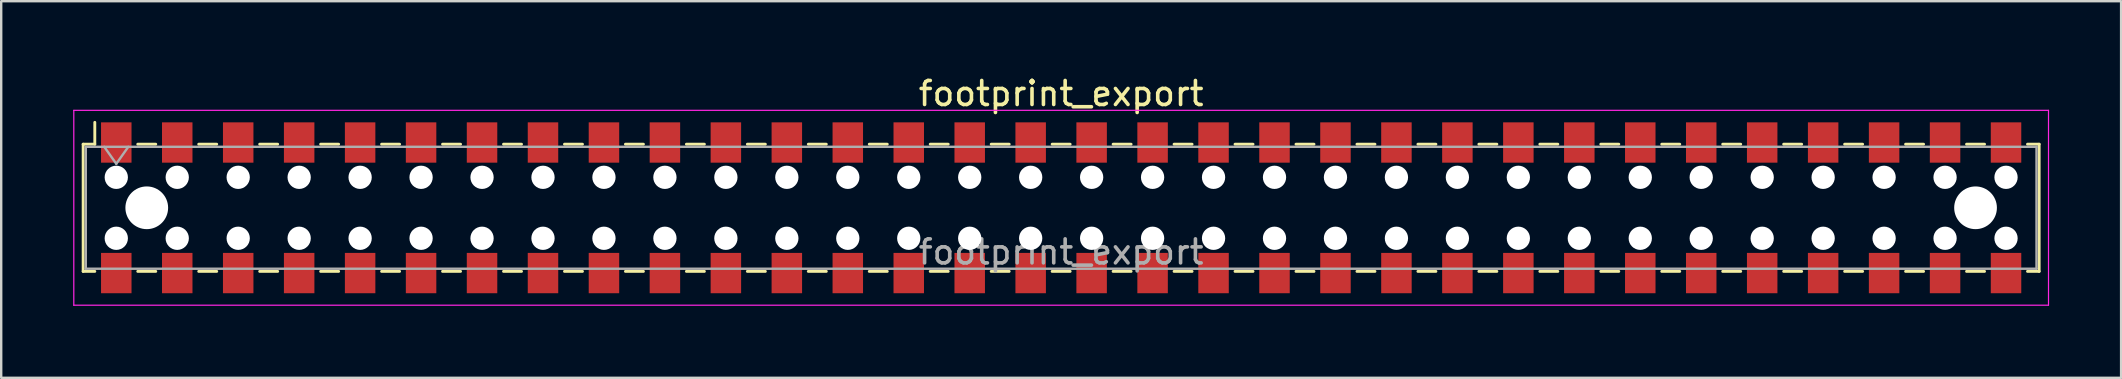
<source format=kicad_pcb>
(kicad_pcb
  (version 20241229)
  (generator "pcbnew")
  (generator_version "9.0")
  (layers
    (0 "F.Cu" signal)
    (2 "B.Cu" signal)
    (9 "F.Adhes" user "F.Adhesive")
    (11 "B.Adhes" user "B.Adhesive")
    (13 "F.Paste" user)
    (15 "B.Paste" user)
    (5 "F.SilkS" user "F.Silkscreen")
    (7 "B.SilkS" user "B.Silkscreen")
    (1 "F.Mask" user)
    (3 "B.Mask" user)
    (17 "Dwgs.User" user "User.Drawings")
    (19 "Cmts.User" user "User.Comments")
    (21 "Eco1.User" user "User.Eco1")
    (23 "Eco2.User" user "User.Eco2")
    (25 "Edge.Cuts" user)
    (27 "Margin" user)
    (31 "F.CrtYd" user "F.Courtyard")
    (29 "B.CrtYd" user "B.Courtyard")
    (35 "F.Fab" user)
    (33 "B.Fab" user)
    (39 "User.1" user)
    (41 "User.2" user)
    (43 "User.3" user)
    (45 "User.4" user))
  (footprint "footprint_export"
    (layer "F.Cu")
    (at 41.165 5.608)
    (property "Reference" "footprint_export" (at 0 -4.76 0) (layer "F.SilkS") (effects (font (size 1 1) (thickness 0.15))))
    (attr smd)
    (fp_line (start -40.75 -2.65) (end -40.75 2.65) (stroke (width 0.12) (type solid)) (layer "F.SilkS"))
    (fp_line (start -40.75 2.65) (end -40.265 2.65) (stroke (width 0.12) (type solid)) (layer "F.SilkS"))
    (fp_line (start -40.265 -3.56) (end -40.265 -2.65) (stroke (width 0.12) (type solid)) (layer "F.SilkS"))
    (fp_line (start -40.265 -2.65) (end -40.75 -2.65) (stroke (width 0.12) (type solid)) (layer "F.SilkS"))
    (fp_line (start -38.475 -2.65) (end -37.725 -2.65) (stroke (width 0.12) (type solid)) (layer "F.SilkS"))
    (fp_line (start -38.475 2.65) (end -37.725 2.65) (stroke (width 0.12) (type solid)) (layer "F.SilkS"))
    (fp_line (start -35.935 -2.65) (end -35.185 -2.65) (stroke (width 0.12) (type solid)) (layer "F.SilkS"))
    (fp_line (start -35.935 2.65) (end -35.185 2.65) (stroke (width 0.12) (type solid)) (layer "F.SilkS"))
    (fp_line (start -33.395 -2.65) (end -32.645 -2.65) (stroke (width 0.12) (type solid)) (layer "F.SilkS"))
    (fp_line (start -33.395 2.65) (end -32.645 2.65) (stroke (width 0.12) (type solid)) (layer "F.SilkS"))
    (fp_line (start -30.855 -2.65) (end -30.105 -2.65) (stroke (width 0.12) (type solid)) (layer "F.SilkS"))
    (fp_line (start -30.855 2.65) (end -30.105 2.65) (stroke (width 0.12) (type solid)) (layer "F.SilkS"))
    (fp_line (start -28.315 -2.65) (end -27.565 -2.65) (stroke (width 0.12) (type solid)) (layer "F.SilkS"))
    (fp_line (start -28.315 2.65) (end -27.565 2.65) (stroke (width 0.12) (type solid)) (layer "F.SilkS"))
    (fp_line (start -25.775 -2.65) (end -25.025 -2.65) (stroke (width 0.12) (type solid)) (layer "F.SilkS"))
    (fp_line (start -25.775 2.65) (end -25.025 2.65) (stroke (width 0.12) (type solid)) (layer "F.SilkS"))
    (fp_line (start -23.235 -2.65) (end -22.485 -2.65) (stroke (width 0.12) (type solid)) (layer "F.SilkS"))
    (fp_line (start -23.235 2.65) (end -22.485 2.65) (stroke (width 0.12) (type solid)) (layer "F.SilkS"))
    (fp_line (start -20.695 -2.65) (end -19.945 -2.65) (stroke (width 0.12) (type solid)) (layer "F.SilkS"))
    (fp_line (start -20.695 2.65) (end -19.945 2.65) (stroke (width 0.12) (type solid)) (layer "F.SilkS"))
    (fp_line (start -18.155 -2.65) (end -17.405 -2.65) (stroke (width 0.12) (type solid)) (layer "F.SilkS"))
    (fp_line (start -18.155 2.65) (end -17.405 2.65) (stroke (width 0.12) (type solid)) (layer "F.SilkS"))
    (fp_line (start -15.615 -2.65) (end -14.865 -2.65) (stroke (width 0.12) (type solid)) (layer "F.SilkS"))
    (fp_line (start -15.615 2.65) (end -14.865 2.65) (stroke (width 0.12) (type solid)) (layer "F.SilkS"))
    (fp_line (start -13.075 -2.65) (end -12.325 -2.65) (stroke (width 0.12) (type solid)) (layer "F.SilkS"))
    (fp_line (start -13.075 2.65) (end -12.325 2.65) (stroke (width 0.12) (type solid)) (layer "F.SilkS"))
    (fp_line (start -10.535 -2.65) (end -9.785 -2.65) (stroke (width 0.12) (type solid)) (layer "F.SilkS"))
    (fp_line (start -10.535 2.65) (end -9.785 2.65) (stroke (width 0.12) (type solid)) (layer "F.SilkS"))
    (fp_line (start -7.995 -2.65) (end -7.245 -2.65) (stroke (width 0.12) (type solid)) (layer "F.SilkS"))
    (fp_line (start -7.995 2.65) (end -7.245 2.65) (stroke (width 0.12) (type solid)) (layer "F.SilkS"))
    (fp_line (start -5.455 -2.65) (end -4.705 -2.65) (stroke (width 0.12) (type solid)) (layer "F.SilkS"))
    (fp_line (start -5.455 2.65) (end -4.705 2.65) (stroke (width 0.12) (type solid)) (layer "F.SilkS"))
    (fp_line (start -2.915 -2.65) (end -2.165 -2.65) (stroke (width 0.12) (type solid)) (layer "F.SilkS"))
    (fp_line (start -2.915 2.65) (end -2.165 2.65) (stroke (width 0.12) (type solid)) (layer "F.SilkS"))
    (fp_line (start -0.375 -2.65) (end 0.375 -2.65) (stroke (width 0.12) (type solid)) (layer "F.SilkS"))
    (fp_line (start -0.375 2.65) (end 0.375 2.65) (stroke (width 0.12) (type solid)) (layer "F.SilkS"))
    (fp_line (start 2.165 -2.65) (end 2.915 -2.65) (stroke (width 0.12) (type solid)) (layer "F.SilkS"))
    (fp_line (start 2.165 2.65) (end 2.915 2.65) (stroke (width 0.12) (type solid)) (layer "F.SilkS"))
    (fp_line (start 4.705 -2.65) (end 5.455 -2.65) (stroke (width 0.12) (type solid)) (layer "F.SilkS"))
    (fp_line (start 4.705 2.65) (end 5.455 2.65) (stroke (width 0.12) (type solid)) (layer "F.SilkS"))
    (fp_line (start 7.245 -2.65) (end 7.995 -2.65) (stroke (width 0.12) (type solid)) (layer "F.SilkS"))
    (fp_line (start 7.245 2.65) (end 7.995 2.65) (stroke (width 0.12) (type solid)) (layer "F.SilkS"))
    (fp_line (start 9.785 -2.65) (end 10.535 -2.65) (stroke (width 0.12) (type solid)) (layer "F.SilkS"))
    (fp_line (start 9.785 2.65) (end 10.535 2.65) (stroke (width 0.12) (type solid)) (layer "F.SilkS"))
    (fp_line (start 12.325 -2.65) (end 13.075 -2.65) (stroke (width 0.12) (type solid)) (layer "F.SilkS"))
    (fp_line (start 12.325 2.65) (end 13.075 2.65) (stroke (width 0.12) (type solid)) (layer "F.SilkS"))
    (fp_line (start 14.865 -2.65) (end 15.615 -2.65) (stroke (width 0.12) (type solid)) (layer "F.SilkS"))
    (fp_line (start 14.865 2.65) (end 15.615 2.65) (stroke (width 0.12) (type solid)) (layer "F.SilkS"))
    (fp_line (start 17.405 -2.65) (end 18.155 -2.65) (stroke (width 0.12) (type solid)) (layer "F.SilkS"))
    (fp_line (start 17.405 2.65) (end 18.155 2.65) (stroke (width 0.12) (type solid)) (layer "F.SilkS"))
    (fp_line (start 19.945 -2.65) (end 20.695 -2.65) (stroke (width 0.12) (type solid)) (layer "F.SilkS"))
    (fp_line (start 19.945 2.65) (end 20.695 2.65) (stroke (width 0.12) (type solid)) (layer "F.SilkS"))
    (fp_line (start 22.485 -2.65) (end 23.235 -2.65) (stroke (width 0.12) (type solid)) (layer "F.SilkS"))
    (fp_line (start 22.485 2.65) (end 23.235 2.65) (stroke (width 0.12) (type solid)) (layer "F.SilkS"))
    (fp_line (start 25.025 -2.65) (end 25.775 -2.65) (stroke (width 0.12) (type solid)) (layer "F.SilkS"))
    (fp_line (start 25.025 2.65) (end 25.775 2.65) (stroke (width 0.12) (type solid)) (layer "F.SilkS"))
    (fp_line (start 27.565 -2.65) (end 28.315 -2.65) (stroke (width 0.12) (type solid)) (layer "F.SilkS"))
    (fp_line (start 27.565 2.65) (end 28.315 2.65) (stroke (width 0.12) (type solid)) (layer "F.SilkS"))
    (fp_line (start 30.105 -2.65) (end 30.855 -2.65) (stroke (width 0.12) (type solid)) (layer "F.SilkS"))
    (fp_line (start 30.105 2.65) (end 30.855 2.65) (stroke (width 0.12) (type solid)) (layer "F.SilkS"))
    (fp_line (start 32.645 -2.65) (end 33.395 -2.65) (stroke (width 0.12) (type solid)) (layer "F.SilkS"))
    (fp_line (start 32.645 2.65) (end 33.395 2.65) (stroke (width 0.12) (type solid)) (layer "F.SilkS"))
    (fp_line (start 35.185 -2.65) (end 35.935 -2.65) (stroke (width 0.12) (type solid)) (layer "F.SilkS"))
    (fp_line (start 35.185 2.65) (end 35.935 2.65) (stroke (width 0.12) (type solid)) (layer "F.SilkS"))
    (fp_line (start 37.725 -2.65) (end 38.475 -2.65) (stroke (width 0.12) (type solid)) (layer "F.SilkS"))
    (fp_line (start 37.725 2.65) (end 38.475 2.65) (stroke (width 0.12) (type solid)) (layer "F.SilkS"))
    (fp_line (start 40.265 -2.65) (end 40.75 -2.65) (stroke (width 0.12) (type solid)) (layer "F.SilkS"))
    (fp_line (start 40.75 -2.65) (end 40.75 2.65) (stroke (width 0.12) (type solid)) (layer "F.SilkS"))
    (fp_line (start 40.75 2.65) (end 40.265 2.65) (stroke (width 0.12) (type solid)) (layer "F.SilkS"))
    (fp_line (start -41.14 -4.06) (end 41.14 -4.06) (stroke (width 0.05) (type solid)) (layer "F.CrtYd"))
    (fp_line (start -41.14 4.06) (end -41.14 -4.06) (stroke (width 0.05) (type solid)) (layer "F.CrtYd"))
    (fp_line (start 41.14 -4.06) (end 41.14 4.06) (stroke (width 0.05) (type solid)) (layer "F.CrtYd"))
    (fp_line (start 41.14 4.06) (end -41.14 4.06) (stroke (width 0.05) (type solid)) (layer "F.CrtYd"))
    (fp_line (start -40.64 -2.54) (end 40.64 -2.54) (stroke (width 0.1) (type solid)) (layer "F.Fab"))
    (fp_line (start -40.64 2.54) (end -40.64 -2.54) (stroke (width 0.1) (type solid)) (layer "F.Fab"))
    (fp_line (start -39.87 -2.54) (end -39.37 -1.833) (stroke (width 0.1) (type solid)) (layer "F.Fab"))
    (fp_line (start -39.37 -1.833) (end -38.87 -2.54) (stroke (width 0.1) (type solid)) (layer "F.Fab"))
    (fp_line (start 40.64 -2.54) (end 40.64 2.54) (stroke (width 0.1) (type solid)) (layer "F.Fab"))
    (fp_line (start 40.64 2.54) (end -40.64 2.54) (stroke (width 0.1) (type solid)) (layer "F.Fab"))
    (fp_text user "${REFERENCE}" (at 0 1.84 0) (layer "F.Fab") (effects (font (size 1 1) (thickness 0.15))))
    (pad "" np_thru_hole circle (at -39.37 -1.27) (size 0.97 0.97) (drill 0.97) (layers "*.Cu" "*.Mask"))
    (pad "" np_thru_hole circle (at -39.37 1.27) (size 0.97 0.97) (drill 0.97) (layers "*.Cu" "*.Mask"))
    (pad "" np_thru_hole circle (at -38.1 0) (size 1.78 1.78) (drill 1.78) (layers "*.Cu" "*.Mask"))
    (pad "" np_thru_hole circle (at -36.83 -1.27) (size 0.97 0.97) (drill 0.97) (layers "*.Cu" "*.Mask"))
    (pad "" np_thru_hole circle (at -36.83 1.27) (size 0.97 0.97) (drill 0.97) (layers "*.Cu" "*.Mask"))
    (pad "" np_thru_hole circle (at -34.29 -1.27) (size 0.97 0.97) (drill 0.97) (layers "*.Cu" "*.Mask"))
    (pad "" np_thru_hole circle (at -34.29 1.27) (size 0.97 0.97) (drill 0.97) (layers "*.Cu" "*.Mask"))
    (pad "" np_thru_hole circle (at -31.75 -1.27) (size 0.97 0.97) (drill 0.97) (layers "*.Cu" "*.Mask"))
    (pad "" np_thru_hole circle (at -31.75 1.27) (size 0.97 0.97) (drill 0.97) (layers "*.Cu" "*.Mask"))
    (pad "" np_thru_hole circle (at -29.21 -1.27) (size 0.97 0.97) (drill 0.97) (layers "*.Cu" "*.Mask"))
    (pad "" np_thru_hole circle (at -29.21 1.27) (size 0.97 0.97) (drill 0.97) (layers "*.Cu" "*.Mask"))
    (pad "" np_thru_hole circle (at -26.67 -1.27) (size 0.97 0.97) (drill 0.97) (layers "*.Cu" "*.Mask"))
    (pad "" np_thru_hole circle (at -26.67 1.27) (size 0.97 0.97) (drill 0.97) (layers "*.Cu" "*.Mask"))
    (pad "" np_thru_hole circle (at -24.13 -1.27) (size 0.97 0.97) (drill 0.97) (layers "*.Cu" "*.Mask"))
    (pad "" np_thru_hole circle (at -24.13 1.27) (size 0.97 0.97) (drill 0.97) (layers "*.Cu" "*.Mask"))
    (pad "" np_thru_hole circle (at -21.59 -1.27) (size 0.97 0.97) (drill 0.97) (layers "*.Cu" "*.Mask"))
    (pad "" np_thru_hole circle (at -21.59 1.27) (size 0.97 0.97) (drill 0.97) (layers "*.Cu" "*.Mask"))
    (pad "" np_thru_hole circle (at -19.05 -1.27) (size 0.97 0.97) (drill 0.97) (layers "*.Cu" "*.Mask"))
    (pad "" np_thru_hole circle (at -19.05 1.27) (size 0.97 0.97) (drill 0.97) (layers "*.Cu" "*.Mask"))
    (pad "" np_thru_hole circle (at -16.51 -1.27) (size 0.97 0.97) (drill 0.97) (layers "*.Cu" "*.Mask"))
    (pad "" np_thru_hole circle (at -16.51 1.27) (size 0.97 0.97) (drill 0.97) (layers "*.Cu" "*.Mask"))
    (pad "" np_thru_hole circle (at -13.97 -1.27) (size 0.97 0.97) (drill 0.97) (layers "*.Cu" "*.Mask"))
    (pad "" np_thru_hole circle (at -13.97 1.27) (size 0.97 0.97) (drill 0.97) (layers "*.Cu" "*.Mask"))
    (pad "" np_thru_hole circle (at -11.43 -1.27) (size 0.97 0.97) (drill 0.97) (layers "*.Cu" "*.Mask"))
    (pad "" np_thru_hole circle (at -11.43 1.27) (size 0.97 0.97) (drill 0.97) (layers "*.Cu" "*.Mask"))
    (pad "" np_thru_hole circle (at -8.89 -1.27) (size 0.97 0.97) (drill 0.97) (layers "*.Cu" "*.Mask"))
    (pad "" np_thru_hole circle (at -8.89 1.27) (size 0.97 0.97) (drill 0.97) (layers "*.Cu" "*.Mask"))
    (pad "" np_thru_hole circle (at -6.35 -1.27) (size 0.97 0.97) (drill 0.97) (layers "*.Cu" "*.Mask"))
    (pad "" np_thru_hole circle (at -6.35 1.27) (size 0.97 0.97) (drill 0.97) (layers "*.Cu" "*.Mask"))
    (pad "" np_thru_hole circle (at -3.81 -1.27) (size 0.97 0.97) (drill 0.97) (layers "*.Cu" "*.Mask"))
    (pad "" np_thru_hole circle (at -3.81 1.27) (size 0.97 0.97) (drill 0.97) (layers "*.Cu" "*.Mask"))
    (pad "" np_thru_hole circle (at -1.27 -1.27) (size 0.97 0.97) (drill 0.97) (layers "*.Cu" "*.Mask"))
    (pad "" np_thru_hole circle (at -1.27 1.27) (size 0.97 0.97) (drill 0.97) (layers "*.Cu" "*.Mask"))
    (pad "" np_thru_hole circle (at 1.27 -1.27) (size 0.97 0.97) (drill 0.97) (layers "*.Cu" "*.Mask"))
    (pad "" np_thru_hole circle (at 1.27 1.27) (size 0.97 0.97) (drill 0.97) (layers "*.Cu" "*.Mask"))
    (pad "" np_thru_hole circle (at 3.81 -1.27) (size 0.97 0.97) (drill 0.97) (layers "*.Cu" "*.Mask"))
    (pad "" np_thru_hole circle (at 3.81 1.27) (size 0.97 0.97) (drill 0.97) (layers "*.Cu" "*.Mask"))
    (pad "" np_thru_hole circle (at 6.35 -1.27) (size 0.97 0.97) (drill 0.97) (layers "*.Cu" "*.Mask"))
    (pad "" np_thru_hole circle (at 6.35 1.27) (size 0.97 0.97) (drill 0.97) (layers "*.Cu" "*.Mask"))
    (pad "" np_thru_hole circle (at 8.89 -1.27) (size 0.97 0.97) (drill 0.97) (layers "*.Cu" "*.Mask"))
    (pad "" np_thru_hole circle (at 8.89 1.27) (size 0.97 0.97) (drill 0.97) (layers "*.Cu" "*.Mask"))
    (pad "" np_thru_hole circle (at 11.43 -1.27) (size 0.97 0.97) (drill 0.97) (layers "*.Cu" "*.Mask"))
    (pad "" np_thru_hole circle (at 11.43 1.27) (size 0.97 0.97) (drill 0.97) (layers "*.Cu" "*.Mask"))
    (pad "" np_thru_hole circle (at 13.97 -1.27) (size 0.97 0.97) (drill 0.97) (layers "*.Cu" "*.Mask"))
    (pad "" np_thru_hole circle (at 13.97 1.27) (size 0.97 0.97) (drill 0.97) (layers "*.Cu" "*.Mask"))
    (pad "" np_thru_hole circle (at 16.51 -1.27) (size 0.97 0.97) (drill 0.97) (layers "*.Cu" "*.Mask"))
    (pad "" np_thru_hole circle (at 16.51 1.27) (size 0.97 0.97) (drill 0.97) (layers "*.Cu" "*.Mask"))
    (pad "" np_thru_hole circle (at 19.05 -1.27) (size 0.97 0.97) (drill 0.97) (layers "*.Cu" "*.Mask"))
    (pad "" np_thru_hole circle (at 19.05 1.27) (size 0.97 0.97) (drill 0.97) (layers "*.Cu" "*.Mask"))
    (pad "" np_thru_hole circle (at 21.59 -1.27) (size 0.97 0.97) (drill 0.97) (layers "*.Cu" "*.Mask"))
    (pad "" np_thru_hole circle (at 21.59 1.27) (size 0.97 0.97) (drill 0.97) (layers "*.Cu" "*.Mask"))
    (pad "" np_thru_hole circle (at 24.13 -1.27) (size 0.97 0.97) (drill 0.97) (layers "*.Cu" "*.Mask"))
    (pad "" np_thru_hole circle (at 24.13 1.27) (size 0.97 0.97) (drill 0.97) (layers "*.Cu" "*.Mask"))
    (pad "" np_thru_hole circle (at 26.67 -1.27) (size 0.97 0.97) (drill 0.97) (layers "*.Cu" "*.Mask"))
    (pad "" np_thru_hole circle (at 26.67 1.27) (size 0.97 0.97) (drill 0.97) (layers "*.Cu" "*.Mask"))
    (pad "" np_thru_hole circle (at 29.21 -1.27) (size 0.97 0.97) (drill 0.97) (layers "*.Cu" "*.Mask"))
    (pad "" np_thru_hole circle (at 29.21 1.27) (size 0.97 0.97) (drill 0.97) (layers "*.Cu" "*.Mask"))
    (pad "" np_thru_hole circle (at 31.75 -1.27) (size 0.97 0.97) (drill 0.97) (layers "*.Cu" "*.Mask"))
    (pad "" np_thru_hole circle (at 31.75 1.27) (size 0.97 0.97) (drill 0.97) (layers "*.Cu" "*.Mask"))
    (pad "" np_thru_hole circle (at 34.29 -1.27) (size 0.97 0.97) (drill 0.97) (layers "*.Cu" "*.Mask"))
    (pad "" np_thru_hole circle (at 34.29 1.27) (size 0.97 0.97) (drill 0.97) (layers "*.Cu" "*.Mask"))
    (pad "" np_thru_hole circle (at 36.83 -1.27) (size 0.97 0.97) (drill 0.97) (layers "*.Cu" "*.Mask"))
    (pad "" np_thru_hole circle (at 36.83 1.27) (size 0.97 0.97) (drill 0.97) (layers "*.Cu" "*.Mask"))
    (pad "" np_thru_hole circle (at 38.1 0) (size 1.78 1.78) (drill 1.78) (layers "*.Cu" "*.Mask"))
    (pad "" np_thru_hole circle (at 39.37 -1.27) (size 0.97 0.97) (drill 0.97) (layers "*.Cu" "*.Mask"))
    (pad "" np_thru_hole circle (at 39.37 1.27) (size 0.97 0.97) (drill 0.97) (layers "*.Cu" "*.Mask"))
    (pad "1" smd rect (at -39.37 -2.72) (size 1.27 1.68) (layers "F.Cu" "F.Mask" "F.Paste"))
    (pad "2" smd rect (at -39.37 2.72) (size 1.27 1.68) (layers "F.Cu" "F.Mask" "F.Paste"))
    (pad "3" smd rect (at -36.83 -2.72) (size 1.27 1.68) (layers "F.Cu" "F.Mask" "F.Paste"))
    (pad "4" smd rect (at -36.83 2.72) (size 1.27 1.68) (layers "F.Cu" "F.Mask" "F.Paste"))
    (pad "5" smd rect (at -34.29 -2.72) (size 1.27 1.68) (layers "F.Cu" "F.Mask" "F.Paste"))
    (pad "6" smd rect (at -34.29 2.72) (size 1.27 1.68) (layers "F.Cu" "F.Mask" "F.Paste"))
    (pad "7" smd rect (at -31.75 -2.72) (size 1.27 1.68) (layers "F.Cu" "F.Mask" "F.Paste"))
    (pad "8" smd rect (at -31.75 2.72) (size 1.27 1.68) (layers "F.Cu" "F.Mask" "F.Paste"))
    (pad "9" smd rect (at -29.21 -2.72) (size 1.27 1.68) (layers "F.Cu" "F.Mask" "F.Paste"))
    (pad "10" smd rect (at -29.21 2.72) (size 1.27 1.68) (layers "F.Cu" "F.Mask" "F.Paste"))
    (pad "11" smd rect (at -26.67 -2.72) (size 1.27 1.68) (layers "F.Cu" "F.Mask" "F.Paste"))
    (pad "12" smd rect (at -26.67 2.72) (size 1.27 1.68) (layers "F.Cu" "F.Mask" "F.Paste"))
    (pad "13" smd rect (at -24.13 -2.72) (size 1.27 1.68) (layers "F.Cu" "F.Mask" "F.Paste"))
    (pad "14" smd rect (at -24.13 2.72) (size 1.27 1.68) (layers "F.Cu" "F.Mask" "F.Paste"))
    (pad "15" smd rect (at -21.59 -2.72) (size 1.27 1.68) (layers "F.Cu" "F.Mask" "F.Paste"))
    (pad "16" smd rect (at -21.59 2.72) (size 1.27 1.68) (layers "F.Cu" "F.Mask" "F.Paste"))
    (pad "17" smd rect (at -19.05 -2.72) (size 1.27 1.68) (layers "F.Cu" "F.Mask" "F.Paste"))
    (pad "18" smd rect (at -19.05 2.72) (size 1.27 1.68) (layers "F.Cu" "F.Mask" "F.Paste"))
    (pad "19" smd rect (at -16.51 -2.72) (size 1.27 1.68) (layers "F.Cu" "F.Mask" "F.Paste"))
    (pad "20" smd rect (at -16.51 2.72) (size 1.27 1.68) (layers "F.Cu" "F.Mask" "F.Paste"))
    (pad "21" smd rect (at -13.97 -2.72) (size 1.27 1.68) (layers "F.Cu" "F.Mask" "F.Paste"))
    (pad "22" smd rect (at -13.97 2.72) (size 1.27 1.68) (layers "F.Cu" "F.Mask" "F.Paste"))
    (pad "23" smd rect (at -11.43 -2.72) (size 1.27 1.68) (layers "F.Cu" "F.Mask" "F.Paste"))
    (pad "24" smd rect (at -11.43 2.72) (size 1.27 1.68) (layers "F.Cu" "F.Mask" "F.Paste"))
    (pad "25" smd rect (at -8.89 -2.72) (size 1.27 1.68) (layers "F.Cu" "F.Mask" "F.Paste"))
    (pad "26" smd rect (at -8.89 2.72) (size 1.27 1.68) (layers "F.Cu" "F.Mask" "F.Paste"))
    (pad "27" smd rect (at -6.35 -2.72) (size 1.27 1.68) (layers "F.Cu" "F.Mask" "F.Paste"))
    (pad "28" smd rect (at -6.35 2.72) (size 1.27 1.68) (layers "F.Cu" "F.Mask" "F.Paste"))
    (pad "29" smd rect (at -3.81 -2.72) (size 1.27 1.68) (layers "F.Cu" "F.Mask" "F.Paste"))
    (pad "30" smd rect (at -3.81 2.72) (size 1.27 1.68) (layers "F.Cu" "F.Mask" "F.Paste"))
    (pad "31" smd rect (at -1.27 -2.72) (size 1.27 1.68) (layers "F.Cu" "F.Mask" "F.Paste"))
    (pad "32" smd rect (at -1.27 2.72) (size 1.27 1.68) (layers "F.Cu" "F.Mask" "F.Paste"))
    (pad "33" smd rect (at 1.27 -2.72) (size 1.27 1.68) (layers "F.Cu" "F.Mask" "F.Paste"))
    (pad "34" smd rect (at 1.27 2.72) (size 1.27 1.68) (layers "F.Cu" "F.Mask" "F.Paste"))
    (pad "35" smd rect (at 3.81 -2.72) (size 1.27 1.68) (layers "F.Cu" "F.Mask" "F.Paste"))
    (pad "36" smd rect (at 3.81 2.72) (size 1.27 1.68) (layers "F.Cu" "F.Mask" "F.Paste"))
    (pad "37" smd rect (at 6.35 -2.72) (size 1.27 1.68) (layers "F.Cu" "F.Mask" "F.Paste"))
    (pad "38" smd rect (at 6.35 2.72) (size 1.27 1.68) (layers "F.Cu" "F.Mask" "F.Paste"))
    (pad "39" smd rect (at 8.89 -2.72) (size 1.27 1.68) (layers "F.Cu" "F.Mask" "F.Paste"))
    (pad "40" smd rect (at 8.89 2.72) (size 1.27 1.68) (layers "F.Cu" "F.Mask" "F.Paste"))
    (pad "41" smd rect (at 11.43 -2.72) (size 1.27 1.68) (layers "F.Cu" "F.Mask" "F.Paste"))
    (pad "42" smd rect (at 11.43 2.72) (size 1.27 1.68) (layers "F.Cu" "F.Mask" "F.Paste"))
    (pad "43" smd rect (at 13.97 -2.72) (size 1.27 1.68) (layers "F.Cu" "F.Mask" "F.Paste"))
    (pad "44" smd rect (at 13.97 2.72) (size 1.27 1.68) (layers "F.Cu" "F.Mask" "F.Paste"))
    (pad "45" smd rect (at 16.51 -2.72) (size 1.27 1.68) (layers "F.Cu" "F.Mask" "F.Paste"))
    (pad "46" smd rect (at 16.51 2.72) (size 1.27 1.68) (layers "F.Cu" "F.Mask" "F.Paste"))
    (pad "47" smd rect (at 19.05 -2.72) (size 1.27 1.68) (layers "F.Cu" "F.Mask" "F.Paste"))
    (pad "48" smd rect (at 19.05 2.72) (size 1.27 1.68) (layers "F.Cu" "F.Mask" "F.Paste"))
    (pad "49" smd rect (at 21.59 -2.72) (size 1.27 1.68) (layers "F.Cu" "F.Mask" "F.Paste"))
    (pad "50" smd rect (at 21.59 2.72) (size 1.27 1.68) (layers "F.Cu" "F.Mask" "F.Paste"))
    (pad "51" smd rect (at 24.13 -2.72) (size 1.27 1.68) (layers "F.Cu" "F.Mask" "F.Paste"))
    (pad "52" smd rect (at 24.13 2.72) (size 1.27 1.68) (layers "F.Cu" "F.Mask" "F.Paste"))
    (pad "53" smd rect (at 26.67 -2.72) (size 1.27 1.68) (layers "F.Cu" "F.Mask" "F.Paste"))
    (pad "54" smd rect (at 26.67 2.72) (size 1.27 1.68) (layers "F.Cu" "F.Mask" "F.Paste"))
    (pad "55" smd rect (at 29.21 -2.72) (size 1.27 1.68) (layers "F.Cu" "F.Mask" "F.Paste"))
    (pad "56" smd rect (at 29.21 2.72) (size 1.27 1.68) (layers "F.Cu" "F.Mask" "F.Paste"))
    (pad "57" smd rect (at 31.75 -2.72) (size 1.27 1.68) (layers "F.Cu" "F.Mask" "F.Paste"))
    (pad "58" smd rect (at 31.75 2.72) (size 1.27 1.68) (layers "F.Cu" "F.Mask" "F.Paste"))
    (pad "59" smd rect (at 34.29 -2.72) (size 1.27 1.68) (layers "F.Cu" "F.Mask" "F.Paste"))
    (pad "60" smd rect (at 34.29 2.72) (size 1.27 1.68) (layers "F.Cu" "F.Mask" "F.Paste"))
    (pad "61" smd rect (at 36.83 -2.72) (size 1.27 1.68) (layers "F.Cu" "F.Mask" "F.Paste"))
    (pad "62" smd rect (at 36.83 2.72) (size 1.27 1.68) (layers "F.Cu" "F.Mask" "F.Paste"))
    (pad "63" smd rect (at 39.37 -2.72) (size 1.27 1.68) (layers "F.Cu" "F.Mask" "F.Paste"))
    (pad "64" smd rect (at 39.37 2.72) (size 1.27 1.68) (layers "F.Cu" "F.Mask" "F.Paste")))
  (gr_rect
    (start -3 -3)
    (end 85.33 12.693)
    (stroke (width 0.1) (type default))
    (fill no)
    (layer "Edge.Cuts")))
</source>
